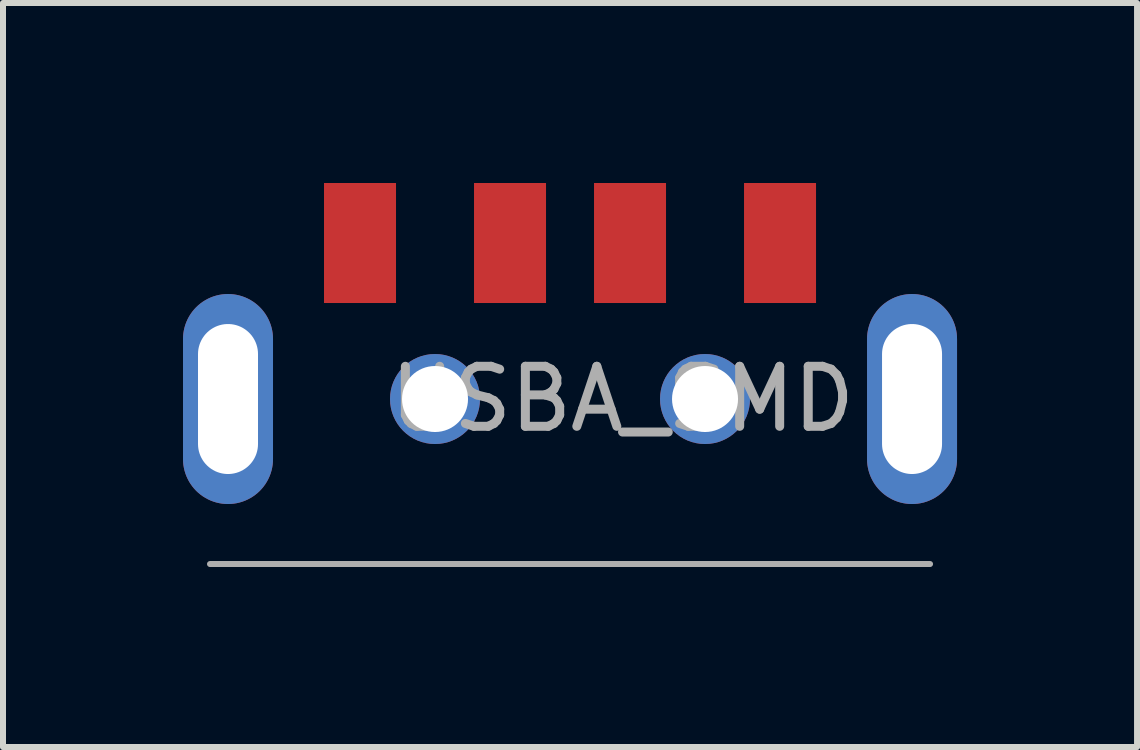
<source format=kicad_pcb>
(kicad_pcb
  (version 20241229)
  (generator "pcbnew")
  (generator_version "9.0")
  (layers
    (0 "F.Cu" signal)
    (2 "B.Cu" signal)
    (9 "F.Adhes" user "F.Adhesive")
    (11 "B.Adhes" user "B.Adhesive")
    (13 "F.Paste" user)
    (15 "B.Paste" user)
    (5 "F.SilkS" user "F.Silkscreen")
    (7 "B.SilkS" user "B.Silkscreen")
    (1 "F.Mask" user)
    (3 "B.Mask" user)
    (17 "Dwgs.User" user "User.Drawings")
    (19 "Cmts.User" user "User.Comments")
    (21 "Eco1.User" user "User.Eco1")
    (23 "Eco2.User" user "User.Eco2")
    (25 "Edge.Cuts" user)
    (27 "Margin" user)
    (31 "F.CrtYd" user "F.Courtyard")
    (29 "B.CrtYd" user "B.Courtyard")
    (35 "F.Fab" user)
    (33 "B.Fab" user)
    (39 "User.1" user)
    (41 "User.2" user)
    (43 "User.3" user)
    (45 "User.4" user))
  (footprint "USBA_SMD"
    (layer "F.Cu")
    (at 6.45 3.6)
    (property "Reference" "USBA_SMD" (at 0.875 0 0) (layer "F.Fab") (effects (font (size 1 1) (thickness 0.15))))
    (attr through_hole)
    (fp_line (start -6 2.75) (end 6 2.75) (stroke (width 0.1) (type solid)) (layer "F.Fab"))
    (pad "" np_thru_hole oval (at -5.7 0) (size 1.5 3.5) (drill oval 1 2.5) (layers "*.Cu" "*.Mask"))
    (pad "" np_thru_hole circle (at -2.25 0) (size 1.5 1.5) (drill 1.1) (layers "*.Cu" "*.Mask"))
    (pad "" np_thru_hole circle (at 2.25 0) (size 1.5 1.5) (drill 1.1) (layers "*.Cu" "*.Mask"))
    (pad "" np_thru_hole oval (at 5.7 0) (size 1.5 3.5) (drill oval 1 2.5) (layers "*.Cu" "*.Mask"))
    (pad "1" smd rect (at -3.5 -2.6) (size 1.2 2) (layers "F.Cu" "F.Mask" "F.Paste"))
    (pad "2" smd rect (at -1 -2.6) (size 1.2 2) (layers "F.Cu" "F.Mask" "F.Paste"))
    (pad "3" smd rect (at 1 -2.6) (size 1.2 2) (layers "F.Cu" "F.Mask" "F.Paste"))
    (pad "4" smd rect (at 3.5 -2.6) (size 1.2 2) (layers "F.Cu" "F.Mask" "F.Paste")))
  (gr_rect
    (start -3 -3)
    (end 15.9 9.4)
    (stroke (width 0.1) (type default))
    (fill no)
    (layer "Edge.Cuts")))
</source>
